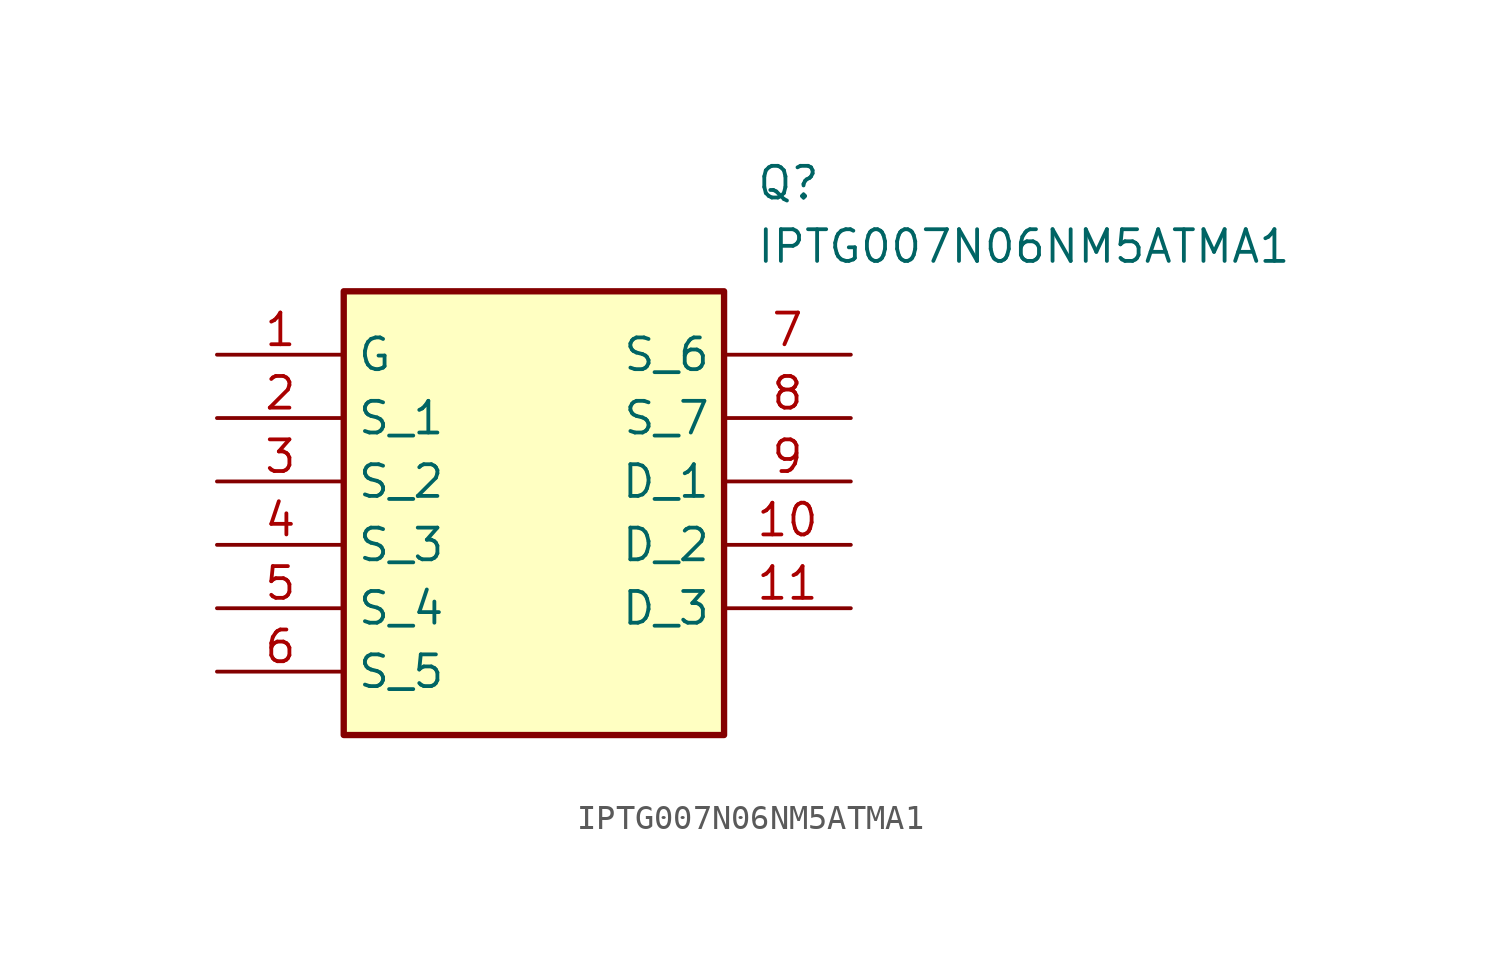
<source format=kicad_sym>
(kicad_symbol_lib
  (version 20211014)
  (generator SamacSys_ECAD_Model)
  (symbol "IPTG007N06NM5ATMA1"
    (property "Reference" "Q"
      (at 21.59 7.62 0)
      (effects (font (size 1.27 1.27)) (justify left top)))
    (property "Value" "IPTG007N06NM5ATMA1"
      (at 21.59 5.08 0)
      (effects (font (size 1.27 1.27)) (justify left top)))
    (rectangle
      (start 5.08 2.54)
      (end 20.32 -15.24)
      (stroke (width 0.254) (type default))
      (fill (type background)))
    (pin passive line
      (at 0 0 0)
      (length 5.08)
      (name "G" (effects (font (size 1.27 1.27))))
      (number "1" (effects (font (size 1.27 1.27)))))
    (pin passive line
      (at 0 -2.54 0)
      (length 5.08)
      (name "S_1" (effects (font (size 1.27 1.27))))
      (number "2" (effects (font (size 1.27 1.27)))))
    (pin passive line
      (at 0 -5.08 0)
      (length 5.08)
      (name "S_2" (effects (font (size 1.27 1.27))))
      (number "3" (effects (font (size 1.27 1.27)))))
    (pin passive line
      (at 0 -7.62 0)
      (length 5.08)
      (name "S_3" (effects (font (size 1.27 1.27))))
      (number "4" (effects (font (size 1.27 1.27)))))
    (pin passive line
      (at 0 -10.16 0)
      (length 5.08)
      (name "S_4" (effects (font (size 1.27 1.27))))
      (number "5" (effects (font (size 1.27 1.27)))))
    (pin passive line
      (at 0 -12.7 0)
      (length 5.08)
      (name "S_5" (effects (font (size 1.27 1.27))))
      (number "6" (effects (font (size 1.27 1.27)))))
    (pin passive line
      (at 25.4 0 180)
      (length 5.08)
      (name "S_6" (effects (font (size 1.27 1.27))))
      (number "7" (effects (font (size 1.27 1.27)))))
    (pin passive line
      (at 25.4 -2.54 180)
      (length 5.08)
      (name "S_7" (effects (font (size 1.27 1.27))))
      (number "8" (effects (font (size 1.27 1.27)))))
    (pin passive line
      (at 25.4 -5.08 180)
      (length 5.08)
      (name "D_1" (effects (font (size 1.27 1.27))))
      (number "9" (effects (font (size 1.27 1.27)))))
    (pin passive line
      (at 25.4 -7.62 180)
      (length 5.08)
      (name "D_2" (effects (font (size 1.27 1.27))))
      (number "10" (effects (font (size 1.27 1.27)))))
    (pin passive line
      (at 25.4 -10.16 180)
      (length 5.08)
      (name "D_3" (effects (font (size 1.27 1.27))))
      (number "11" (effects (font (size 1.27 1.27)))))))
</source>
